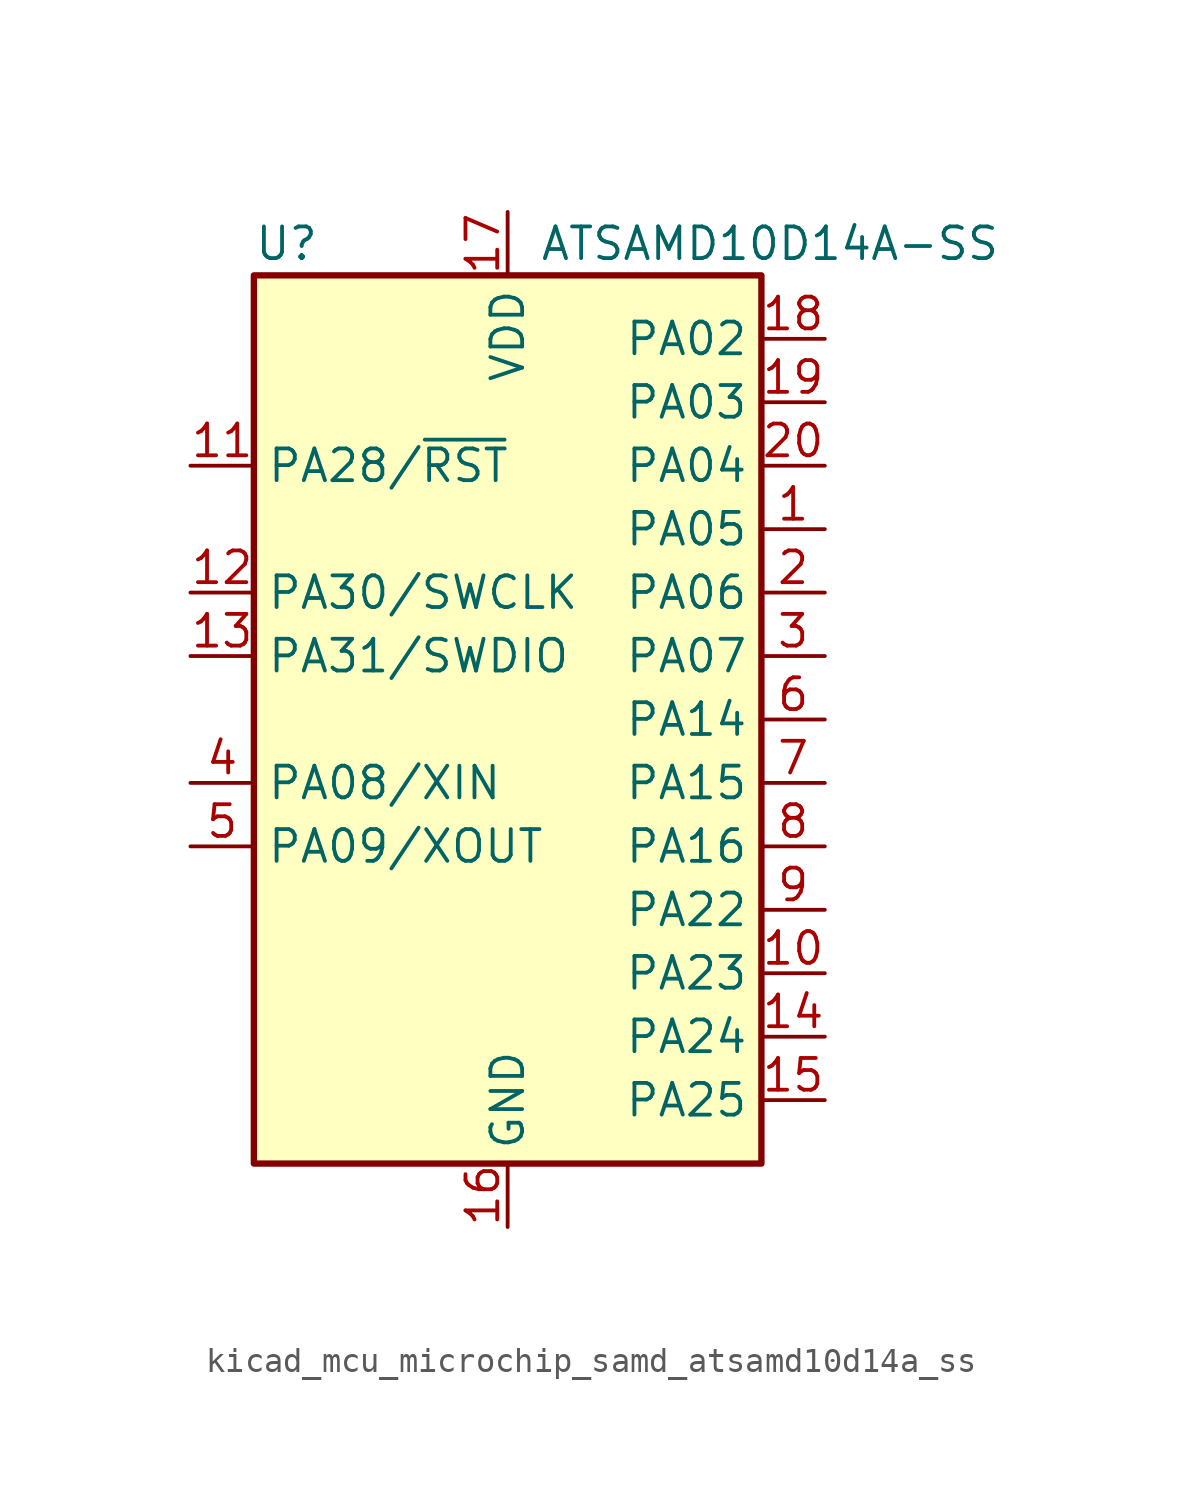
<source format=kicad_sym>
(kicad_symbol_lib
  (version 20220914)
  (generator kicad_symbol_editor)
  (symbol "kicad_mcu_microchip_samd_atsamd10d14a_ss"
    (property "Reference" "U"
      (at -10.16 19.05 0)
      (effects (font (size 1.27 1.27)) (justify left)))
    (property "Value" "ATSAMD10D14A-SS"
      (at 1.27 19.05 0)
      (effects (font (size 1.27 1.27)) (justify left)))
    (symbol "kicad_mcu_microchip_samd_atsamd10d14a_ss_0_1"
      (rectangle (start -10.16 17.78) (end 10.16 -17.78) (stroke (width 0.254) (type default)) (fill (type background))))
    (symbol "kicad_mcu_microchip_samd_atsamd10d14a_ss_1_1"
      (pin bidirectional line (at 12.7 7.62 180) (length 2.54) (name "PA05" (effects (font (size 1.27 1.27)))) (number "1" (effects (font (size 1.27 1.27)))))
      (pin bidirectional line (at 12.7 -10.16 180) (length 2.54) (name "PA23" (effects (font (size 1.27 1.27)))) (number "10" (effects (font (size 1.27 1.27)))))
      (pin bidirectional line (at -12.7 10.16 0) (length 2.54) (name "PA28/~{RST}" (effects (font (size 1.27 1.27)))) (number "11" (effects (font (size 1.27 1.27)))))
      (pin bidirectional line (at -12.7 5.08 0) (length 2.54) (name "PA30/SWCLK" (effects (font (size 1.27 1.27)))) (number "12" (effects (font (size 1.27 1.27)))))
      (pin bidirectional line (at -12.7 2.54 0) (length 2.54) (name "PA31/SWDIO" (effects (font (size 1.27 1.27)))) (number "13" (effects (font (size 1.27 1.27)))))
      (pin bidirectional line (at 12.7 -12.7 180) (length 2.54) (name "PA24" (effects (font (size 1.27 1.27)))) (number "14" (effects (font (size 1.27 1.27)))))
      (pin bidirectional line (at 12.7 -15.24 180) (length 2.54) (name "PA25" (effects (font (size 1.27 1.27)))) (number "15" (effects (font (size 1.27 1.27)))))
      (pin power_in line (at 0 -20.32 90) (length 2.54) (name "GND" (effects (font (size 1.27 1.27)))) (number "16" (effects (font (size 1.27 1.27)))))
      (pin power_in line (at 0 20.32 270) (length 2.54) (name "VDD" (effects (font (size 1.27 1.27)))) (number "17" (effects (font (size 1.27 1.27)))))
      (pin bidirectional line (at 12.7 15.24 180) (length 2.54) (name "PA02" (effects (font (size 1.27 1.27)))) (number "18" (effects (font (size 1.27 1.27)))))
      (pin bidirectional line (at 12.7 12.7 180) (length 2.54) (name "PA03" (effects (font (size 1.27 1.27)))) (number "19" (effects (font (size 1.27 1.27)))))
      (pin bidirectional line (at 12.7 5.08 180) (length 2.54) (name "PA06" (effects (font (size 1.27 1.27)))) (number "2" (effects (font (size 1.27 1.27)))))
      (pin bidirectional line (at 12.7 10.16 180) (length 2.54) (name "PA04" (effects (font (size 1.27 1.27)))) (number "20" (effects (font (size 1.27 1.27)))))
      (pin bidirectional line (at 12.7 2.54 180) (length 2.54) (name "PA07" (effects (font (size 1.27 1.27)))) (number "3" (effects (font (size 1.27 1.27)))))
      (pin bidirectional line (at -12.7 -2.54 0) (length 2.54) (name "PA08/XIN" (effects (font (size 1.27 1.27)))) (number "4" (effects (font (size 1.27 1.27)))))
      (pin bidirectional line (at -12.7 -5.08 0) (length 2.54) (name "PA09/XOUT" (effects (font (size 1.27 1.27)))) (number "5" (effects (font (size 1.27 1.27)))))
      (pin bidirectional line (at 12.7 0 180) (length 2.54) (name "PA14" (effects (font (size 1.27 1.27)))) (number "6" (effects (font (size 1.27 1.27)))))
      (pin bidirectional line (at 12.7 -2.54 180) (length 2.54) (name "PA15" (effects (font (size 1.27 1.27)))) (number "7" (effects (font (size 1.27 1.27)))))
      (pin bidirectional line (at 12.7 -5.08 180) (length 2.54) (name "PA16" (effects (font (size 1.27 1.27)))) (number "8" (effects (font (size 1.27 1.27)))))
      (pin bidirectional line (at 12.7 -7.62 180) (length 2.54) (name "PA22" (effects (font (size 1.27 1.27)))) (number "9" (effects (font (size 1.27 1.27))))))))
</source>
